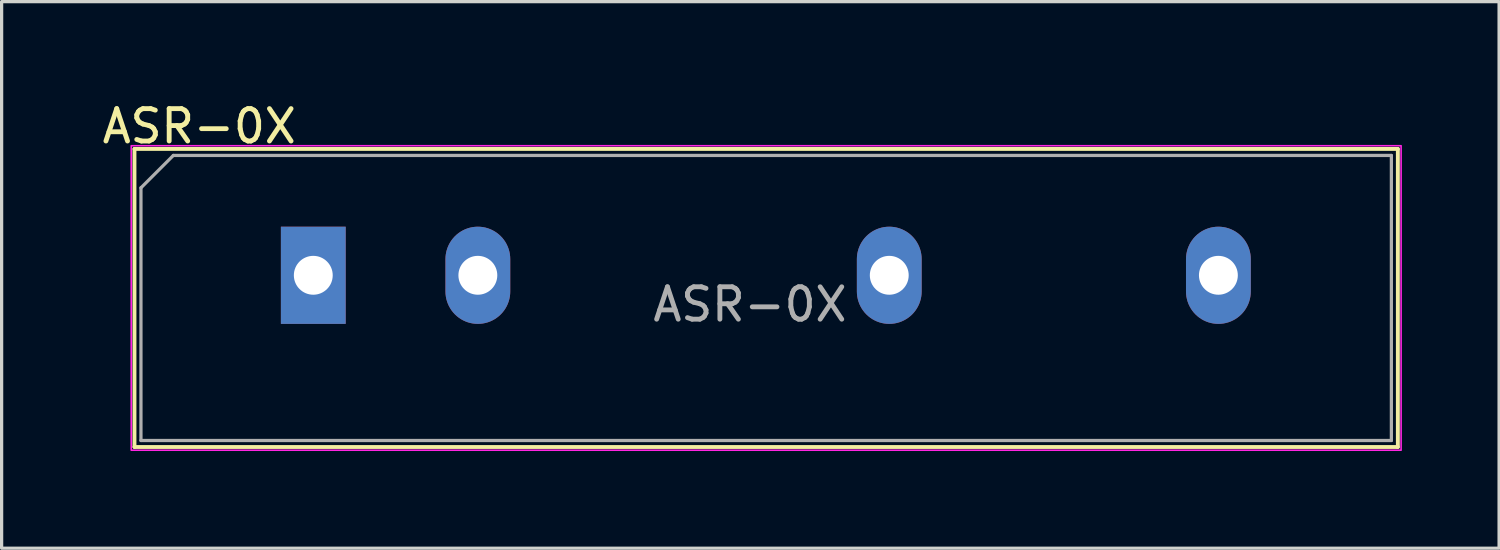
<source format=kicad_pcb>
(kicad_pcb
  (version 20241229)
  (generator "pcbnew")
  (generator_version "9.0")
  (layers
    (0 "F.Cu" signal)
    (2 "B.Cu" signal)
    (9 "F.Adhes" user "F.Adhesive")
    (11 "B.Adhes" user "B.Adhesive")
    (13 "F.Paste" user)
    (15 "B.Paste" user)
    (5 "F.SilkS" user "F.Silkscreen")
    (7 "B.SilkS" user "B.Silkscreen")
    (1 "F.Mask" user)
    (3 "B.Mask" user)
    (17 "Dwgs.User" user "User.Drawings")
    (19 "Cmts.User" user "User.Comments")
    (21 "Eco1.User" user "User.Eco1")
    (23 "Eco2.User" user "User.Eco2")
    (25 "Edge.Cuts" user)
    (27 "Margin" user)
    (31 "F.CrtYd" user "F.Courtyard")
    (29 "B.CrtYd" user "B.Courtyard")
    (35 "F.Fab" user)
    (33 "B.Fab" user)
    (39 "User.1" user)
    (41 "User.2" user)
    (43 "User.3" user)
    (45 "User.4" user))
  (footprint "ASR-0X"
    (layer "F.Cu")
    (at 11.701 5.448)
    (property "Reference" "ASR-0X" (at -8.6 -4.6 0) (unlocked yes) (layer "F.SilkS") (effects (font (size 1 1) (thickness 0.15))))
    (attr through_hole)
    (fp_line (start -10.6 -3.9) (end -10.6 5.3) (stroke (width 0.12) (type solid)) (layer "F.SilkS"))
    (fp_line (start -10.6 5.3) (end 28.4 5.3) (stroke (width 0.12) (type solid)) (layer "F.SilkS"))
    (fp_line (start 28.4 -3.9) (end -10.6 -3.9) (stroke (width 0.12) (type solid)) (layer "F.SilkS"))
    (fp_line (start 28.4 5.3) (end 28.4 -3.9) (stroke (width 0.12) (type solid)) (layer "F.SilkS"))
    (fp_rect (start 28.5 -4) (end -10.7 5.4) (stroke (width 0.05) (type solid)) (fill no) (layer "F.CrtYd"))
    (fp_line (start -10.4 -2.7) (end -10.4 5.1) (stroke (width 0.1) (type solid)) (layer "F.Fab"))
    (fp_line (start -10.4 -2.7) (end -9.4 -3.7) (stroke (width 0.1) (type solid)) (layer "F.Fab"))
    (fp_line (start -10.4 5.1) (end 28.2 5.1) (stroke (width 0.1) (type solid)) (layer "F.Fab"))
    (fp_line (start 28.2 -3.7) (end -9.4 -3.7) (stroke (width 0.1) (type solid)) (layer "F.Fab"))
    (fp_line (start 28.2 5.1) (end 28.2 -3.7) (stroke (width 0.1) (type solid)) (layer "F.Fab"))
    (fp_text user "${REFERENCE}" (at 8.4 0.9 0) (unlocked yes) (layer "F.Fab") (effects (font (size 1 1) (thickness 0.15))))
    (pad "1" thru_hole rect (at -5.08 0) (size 2 3) (drill 1.2) (layers "*.Cu" "*.Mask"))
    (pad "2" thru_hole oval (at 0 0) (size 2 3) (drill 1.2) (layers "*.Cu" "*.Mask"))
    (pad "3" thru_hole oval (at 12.7 0) (size 2 3) (drill 1.2) (layers "*.Cu" "*.Mask"))
    (pad "4" thru_hole oval (at 22.86 0) (size 2 3) (drill 1.2) (layers "*.Cu" "*.Mask")))
  (gr_rect
    (start -3 -3)
    (end 43.226 13.873)
    (stroke (width 0.1) (type default))
    (fill no)
    (layer "Edge.Cuts")))
</source>
